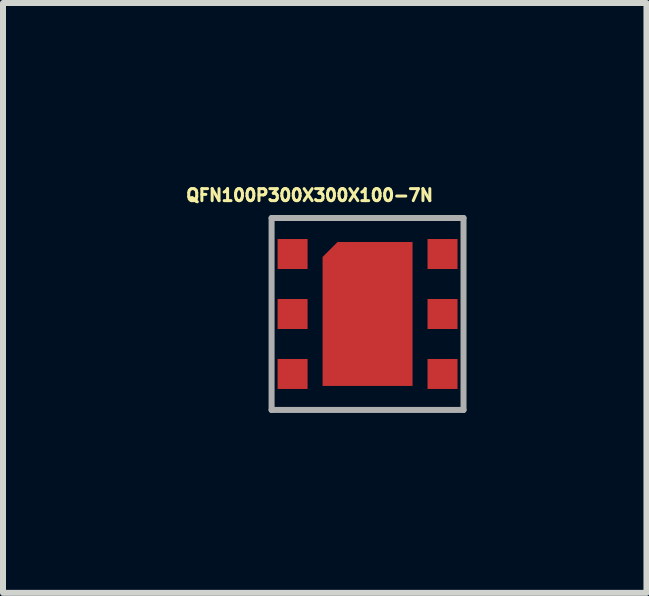
<source format=kicad_pcb>
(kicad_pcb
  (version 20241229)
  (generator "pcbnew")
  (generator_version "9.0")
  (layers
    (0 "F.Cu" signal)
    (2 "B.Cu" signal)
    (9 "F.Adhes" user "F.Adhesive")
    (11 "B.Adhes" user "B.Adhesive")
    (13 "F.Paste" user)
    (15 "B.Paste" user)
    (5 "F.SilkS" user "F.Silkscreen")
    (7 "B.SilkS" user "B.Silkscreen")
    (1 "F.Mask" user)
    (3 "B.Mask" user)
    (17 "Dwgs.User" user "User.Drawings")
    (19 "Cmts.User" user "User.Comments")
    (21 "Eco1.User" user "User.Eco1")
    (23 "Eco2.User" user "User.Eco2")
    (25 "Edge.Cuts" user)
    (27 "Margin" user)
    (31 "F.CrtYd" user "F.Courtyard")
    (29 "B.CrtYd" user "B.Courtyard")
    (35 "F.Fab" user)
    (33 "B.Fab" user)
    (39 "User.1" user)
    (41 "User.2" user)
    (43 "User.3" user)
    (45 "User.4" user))
  (footprint "QFN100P300X300X100-7N"
    (layer "F.Cu")
    (at 3.078 2.185)
    (property "Reference" "QFN100P300X300X100-7N" (at -0.967 -1.98 0) (layer "F.SilkS") (effects (font (size 0.2 0.2) (thickness 0.15))))
    (attr smd)
    (fp_line (start -1.6 -1.6) (end -1.6 1.6) (stroke (width 0.1) (type solid)) (layer "F.Fab"))
    (fp_line (start -1.6 1.6) (end 1.6 1.6) (stroke (width 0.1) (type solid)) (layer "F.Fab"))
    (fp_line (start 1.6 -1.6) (end -1.6 -1.6) (stroke (width 0.1) (type solid)) (layer "F.Fab"))
    (fp_line (start 1.6 1.6) (end 1.6 -1.6) (stroke (width 0.1) (type solid)) (layer "F.Fab"))
    (pad "1" smd rect (at -1.25 -1) (size 0.5 0.5) (layers "F.Cu" "F.Mask" "F.Paste"))
    (pad "2" smd rect (at -1.25 0) (size 0.5 0.5) (layers "F.Cu" "F.Mask" "F.Paste"))
    (pad "3" smd rect (at -1.25 1) (size 0.5 0.5) (layers "F.Cu" "F.Mask" "F.Paste"))
    (pad "4" smd rect (at 1.25 1) (size 0.5 0.5) (layers "F.Cu" "F.Mask" "F.Paste"))
    (pad "5" smd rect (at 1.25 0) (size 0.5 0.5) (layers "F.Cu" "F.Mask" "F.Paste"))
    (pad "6" smd rect (at 1.25 -1) (size 0.5 0.5) (layers "F.Cu" "F.Mask" "F.Paste"))
    (pad "PAD" smd custom (at 0 0.2) (size 1.5 2) (layers "F.Cu" "F.Mask" "F.Paste") (options (anchor rect)) (primitives (gr_poly (pts (xy -0.75 1) (xy 0.75 1) (xy 0.75 -1.4) (xy -0.5 -1.4) (xy -0.75 -1.15)) (width 0) (fill yes)))))
  (gr_rect
    (start -3 -3)
    (end 7.728 6.835)
    (stroke (width 0.1) (type default))
    (fill no)
    (layer "Edge.Cuts")))
</source>
